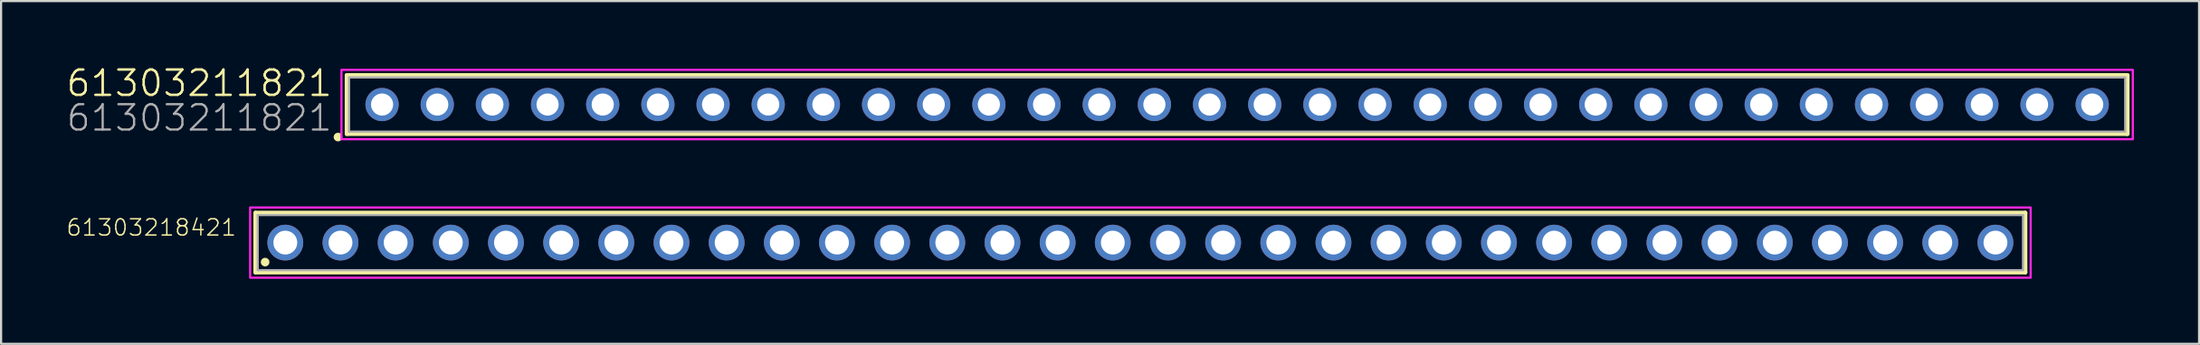
<source format=kicad_pcb>
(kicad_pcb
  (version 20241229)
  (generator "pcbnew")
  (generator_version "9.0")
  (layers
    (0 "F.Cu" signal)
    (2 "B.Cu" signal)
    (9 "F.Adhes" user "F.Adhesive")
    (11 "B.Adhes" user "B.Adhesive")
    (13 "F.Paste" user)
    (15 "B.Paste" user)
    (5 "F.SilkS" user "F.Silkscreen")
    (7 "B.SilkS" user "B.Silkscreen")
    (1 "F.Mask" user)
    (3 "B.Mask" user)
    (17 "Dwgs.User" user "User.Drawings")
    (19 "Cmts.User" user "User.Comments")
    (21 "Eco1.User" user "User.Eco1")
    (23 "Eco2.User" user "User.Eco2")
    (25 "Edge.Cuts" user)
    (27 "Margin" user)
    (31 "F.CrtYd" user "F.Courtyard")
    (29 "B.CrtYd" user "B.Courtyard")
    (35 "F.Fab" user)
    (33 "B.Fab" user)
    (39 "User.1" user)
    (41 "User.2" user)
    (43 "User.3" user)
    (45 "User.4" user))
  (footprint "61303211821"
    (layer "F.Cu")
    (at 53.912 1.773)
    (property "Reference" "61303211821" (at -41.6 -0.3 0) (unlocked yes) (layer "F.SilkS") (effects (font (size 1.168 1.168) (thickness 0.102)) (justify right bottom)))
    (property "Value" "61303211821" (at -41.6 1.3 0) (unlocked yes) (layer "F.Fab") (hide yes) (effects (font (size 1.168 1.168) (thickness 0.102)) (justify right bottom)))
    (fp_line (start -40.99 -1.35) (end 40.99 -1.35) (stroke (width 0.2) (type solid)) (layer "F.SilkS"))
    (fp_line (start -40.99 1.35) (end -40.99 -1.35) (stroke (width 0.2) (type solid)) (layer "F.SilkS"))
    (fp_line (start 40.99 -1.35) (end 40.99 1.35) (stroke (width 0.2) (type solid)) (layer "F.SilkS"))
    (fp_line (start 40.99 1.35) (end -40.99 1.35) (stroke (width 0.2) (type solid)) (layer "F.SilkS"))
    (fp_circle (center -41.4 1.5) (end -41.3 1.5) (stroke (width 0.2) (type solid)) (fill no) (layer "F.SilkS"))
    (fp_poly (pts (xy 41.24 1.6) (xy -41.24 1.6) (xy -41.24 -1.6) (xy 41.24 -1.6)) (stroke (width 0.1) (type default)) (fill no) (layer "F.CrtYd"))
    (fp_line (start -40.89 -1.25) (end -40.89 1.25) (stroke (width 0.1) (type solid)) (layer "F.Fab"))
    (fp_line (start -40.89 1.25) (end 40.89 1.25) (stroke (width 0.1) (type solid)) (layer "F.Fab"))
    (fp_line (start 40.89 -1.25) (end -40.89 -1.25) (stroke (width 0.1) (type solid)) (layer "F.Fab"))
    (fp_line (start 40.89 1.25) (end 40.89 -1.25) (stroke (width 0.1) (type solid)) (layer "F.Fab"))
    (fp_text user "${REFERENCE}" (at -41.6 -0.3 0) (unlocked yes) (layer "F.SilkS") (effects (font (size 1.168 1.168) (thickness 0.102)) (justify right bottom)))
    (fp_text user "${VALUE}" (at -41.6 1.3 0) (unlocked yes) (layer "F.Fab") (effects (font (size 1.168 1.168) (thickness 0.102)) (justify right bottom)))
    (pad "1" thru_hole circle (at -39.37 0) (size 1.53 1.53) (drill 1.02) (layers "*.Cu" "*.Mask"))
    (pad "2" thru_hole circle (at -36.83 0) (size 1.53 1.53) (drill 1.02) (layers "*.Cu" "*.Mask"))
    (pad "3" thru_hole circle (at -34.29 0) (size 1.53 1.53) (drill 1.02) (layers "*.Cu" "*.Mask"))
    (pad "4" thru_hole circle (at -31.75 0) (size 1.53 1.53) (drill 1.02) (layers "*.Cu" "*.Mask"))
    (pad "5" thru_hole circle (at -29.21 0) (size 1.53 1.53) (drill 1.02) (layers "*.Cu" "*.Mask"))
    (pad "6" thru_hole circle (at -26.67 0) (size 1.53 1.53) (drill 1.02) (layers "*.Cu" "*.Mask"))
    (pad "7" thru_hole circle (at -24.13 0) (size 1.53 1.53) (drill 1.02) (layers "*.Cu" "*.Mask"))
    (pad "8" thru_hole circle (at -21.59 0) (size 1.53 1.53) (drill 1.02) (layers "*.Cu" "*.Mask"))
    (pad "9" thru_hole circle (at -19.05 0) (size 1.53 1.53) (drill 1.02) (layers "*.Cu" "*.Mask"))
    (pad "10" thru_hole circle (at -16.51 0) (size 1.53 1.53) (drill 1.02) (layers "*.Cu" "*.Mask"))
    (pad "11" thru_hole circle (at -13.97 0) (size 1.53 1.53) (drill 1.02) (layers "*.Cu" "*.Mask"))
    (pad "12" thru_hole circle (at -11.43 0) (size 1.53 1.53) (drill 1.02) (layers "*.Cu" "*.Mask"))
    (pad "13" thru_hole circle (at -8.89 0) (size 1.53 1.53) (drill 1.02) (layers "*.Cu" "*.Mask"))
    (pad "14" thru_hole circle (at -6.35 0) (size 1.53 1.53) (drill 1.02) (layers "*.Cu" "*.Mask"))
    (pad "15" thru_hole circle (at -3.81 0) (size 1.53 1.53) (drill 1.02) (layers "*.Cu" "*.Mask"))
    (pad "16" thru_hole circle (at -1.27 0) (size 1.53 1.53) (drill 1.02) (layers "*.Cu" "*.Mask"))
    (pad "17" thru_hole circle (at 1.27 0) (size 1.53 1.53) (drill 1.02) (layers "*.Cu" "*.Mask"))
    (pad "18" thru_hole circle (at 3.81 0) (size 1.53 1.53) (drill 1.02) (layers "*.Cu" "*.Mask"))
    (pad "19" thru_hole circle (at 6.35 0) (size 1.53 1.53) (drill 1.02) (layers "*.Cu" "*.Mask"))
    (pad "20" thru_hole circle (at 8.89 0) (size 1.53 1.53) (drill 1.02) (layers "*.Cu" "*.Mask"))
    (pad "21" thru_hole circle (at 11.43 0) (size 1.53 1.53) (drill 1.02) (layers "*.Cu" "*.Mask"))
    (pad "22" thru_hole circle (at 13.97 0) (size 1.53 1.53) (drill 1.02) (layers "*.Cu" "*.Mask"))
    (pad "23" thru_hole circle (at 16.51 0) (size 1.53 1.53) (drill 1.02) (layers "*.Cu" "*.Mask"))
    (pad "24" thru_hole circle (at 19.05 0) (size 1.53 1.53) (drill 1.02) (layers "*.Cu" "*.Mask"))
    (pad "25" thru_hole circle (at 21.59 0) (size 1.53 1.53) (drill 1.02) (layers "*.Cu" "*.Mask"))
    (pad "26" thru_hole circle (at 24.13 0) (size 1.53 1.53) (drill 1.02) (layers "*.Cu" "*.Mask"))
    (pad "27" thru_hole circle (at 26.67 0) (size 1.53 1.53) (drill 1.02) (layers "*.Cu" "*.Mask"))
    (pad "28" thru_hole circle (at 29.21 0) (size 1.53 1.53) (drill 1.02) (layers "*.Cu" "*.Mask"))
    (pad "29" thru_hole circle (at 31.75 0) (size 1.53 1.53) (drill 1.02) (layers "*.Cu" "*.Mask"))
    (pad "30" thru_hole circle (at 34.29 0) (size 1.53 1.53) (drill 1.02) (layers "*.Cu" "*.Mask"))
    (pad "31" thru_hole circle (at 36.83 0) (size 1.53 1.53) (drill 1.02) (layers "*.Cu" "*.Mask"))
    (pad "32" thru_hole circle (at 39.37 0) (size 1.53 1.53) (drill 1.02) (layers "*.Cu" "*.Mask")))
  (footprint "61303218421"
    (layer "F.Cu")
    (at 49.457 8.143)
    (property "Reference" "61303218421" (at -41.578 -0.256 0) (unlocked yes) (layer "F.SilkS") (effects (font (size 0.748 0.748) (thickness 0.065)) (justify right bottom)))
    (fp_line (start -40.74 -1.37) (end 40.74 -1.37) (stroke (width 0.2) (type solid)) (layer "F.SilkS"))
    (fp_line (start -40.74 1.37) (end -40.74 -1.37) (stroke (width 0.2) (type solid)) (layer "F.SilkS"))
    (fp_line (start 40.74 -1.37) (end 40.74 1.37) (stroke (width 0.2) (type solid)) (layer "F.SilkS"))
    (fp_line (start 40.74 1.37) (end -40.74 1.37) (stroke (width 0.2) (type solid)) (layer "F.SilkS"))
    (fp_circle (center -40.3 0.9) (end -40.2 0.9) (stroke (width 0.2) (type solid)) (fill no) (layer "F.SilkS"))
    (fp_poly (pts (xy 40.99 1.62) (xy -40.99 1.62) (xy -40.99 -1.62) (xy 40.99 -1.62)) (stroke (width 0.1) (type default)) (fill no) (layer "F.CrtYd"))
    (fp_line (start -40.64 -1.27) (end 40.64 -1.27) (stroke (width 0.1) (type solid)) (layer "F.Fab"))
    (fp_line (start -40.64 1.27) (end -40.64 -1.27) (stroke (width 0.1) (type solid)) (layer "F.Fab"))
    (fp_line (start 40.64 -1.27) (end 40.64 1.27) (stroke (width 0.1) (type solid)) (layer "F.Fab"))
    (fp_line (start 40.64 1.27) (end -40.64 1.27) (stroke (width 0.1) (type solid)) (layer "F.Fab"))
    (pad "1" thru_hole circle (at -39.37 0) (size 1.65 1.65) (drill 1.1) (layers "*.Cu" "*.Mask"))
    (pad "2" thru_hole circle (at -36.83 0) (size 1.65 1.65) (drill 1.1) (layers "*.Cu" "*.Mask"))
    (pad "3" thru_hole circle (at -34.29 0) (size 1.65 1.65) (drill 1.1) (layers "*.Cu" "*.Mask"))
    (pad "4" thru_hole circle (at -31.75 0) (size 1.65 1.65) (drill 1.1) (layers "*.Cu" "*.Mask"))
    (pad "5" thru_hole circle (at -29.21 0) (size 1.65 1.65) (drill 1.1) (layers "*.Cu" "*.Mask"))
    (pad "6" thru_hole circle (at -26.67 0) (size 1.65 1.65) (drill 1.1) (layers "*.Cu" "*.Mask"))
    (pad "7" thru_hole circle (at -24.13 0) (size 1.65 1.65) (drill 1.1) (layers "*.Cu" "*.Mask"))
    (pad "8" thru_hole circle (at -21.59 0) (size 1.65 1.65) (drill 1.1) (layers "*.Cu" "*.Mask"))
    (pad "9" thru_hole circle (at -19.05 0) (size 1.65 1.65) (drill 1.1) (layers "*.Cu" "*.Mask"))
    (pad "10" thru_hole circle (at -16.51 0) (size 1.65 1.65) (drill 1.1) (layers "*.Cu" "*.Mask"))
    (pad "11" thru_hole circle (at -13.97 0) (size 1.65 1.65) (drill 1.1) (layers "*.Cu" "*.Mask"))
    (pad "12" thru_hole circle (at -11.43 0) (size 1.65 1.65) (drill 1.1) (layers "*.Cu" "*.Mask"))
    (pad "13" thru_hole circle (at -8.89 0) (size 1.65 1.65) (drill 1.1) (layers "*.Cu" "*.Mask"))
    (pad "14" thru_hole circle (at -6.35 0) (size 1.65 1.65) (drill 1.1) (layers "*.Cu" "*.Mask"))
    (pad "15" thru_hole circle (at -3.81 0) (size 1.65 1.65) (drill 1.1) (layers "*.Cu" "*.Mask"))
    (pad "16" thru_hole circle (at -1.27 0) (size 1.65 1.65) (drill 1.1) (layers "*.Cu" "*.Mask"))
    (pad "17" thru_hole circle (at 1.27 0) (size 1.65 1.65) (drill 1.1) (layers "*.Cu" "*.Mask"))
    (pad "18" thru_hole circle (at 3.81 0) (size 1.65 1.65) (drill 1.1) (layers "*.Cu" "*.Mask"))
    (pad "19" thru_hole circle (at 6.35 0) (size 1.65 1.65) (drill 1.1) (layers "*.Cu" "*.Mask"))
    (pad "20" thru_hole circle (at 8.89 0) (size 1.65 1.65) (drill 1.1) (layers "*.Cu" "*.Mask"))
    (pad "21" thru_hole circle (at 11.43 0) (size 1.65 1.65) (drill 1.1) (layers "*.Cu" "*.Mask"))
    (pad "22" thru_hole circle (at 13.97 0) (size 1.65 1.65) (drill 1.1) (layers "*.Cu" "*.Mask"))
    (pad "23" thru_hole circle (at 16.51 0) (size 1.65 1.65) (drill 1.1) (layers "*.Cu" "*.Mask"))
    (pad "24" thru_hole circle (at 19.05 0) (size 1.65 1.65) (drill 1.1) (layers "*.Cu" "*.Mask"))
    (pad "25" thru_hole circle (at 21.59 0) (size 1.65 1.65) (drill 1.1) (layers "*.Cu" "*.Mask"))
    (pad "26" thru_hole circle (at 24.13 0) (size 1.65 1.65) (drill 1.1) (layers "*.Cu" "*.Mask"))
    (pad "27" thru_hole circle (at 26.67 0) (size 1.65 1.65) (drill 1.1) (layers "*.Cu" "*.Mask"))
    (pad "28" thru_hole circle (at 29.21 0) (size 1.65 1.65) (drill 1.1) (layers "*.Cu" "*.Mask"))
    (pad "29" thru_hole circle (at 31.75 0) (size 1.65 1.65) (drill 1.1) (layers "*.Cu" "*.Mask"))
    (pad "30" thru_hole circle (at 34.29 0) (size 1.65 1.65) (drill 1.1) (layers "*.Cu" "*.Mask"))
    (pad "31" thru_hole circle (at 36.83 0) (size 1.65 1.65) (drill 1.1) (layers "*.Cu" "*.Mask"))
    (pad "32" thru_hole circle (at 39.37 0) (size 1.65 1.65) (drill 1.1) (layers "*.Cu" "*.Mask")))
  (gr_rect
    (start -3 -3)
    (end 98.202 12.813)
    (stroke (width 0.1) (type default))
    (fill no)
    (layer "Edge.Cuts")))
</source>
